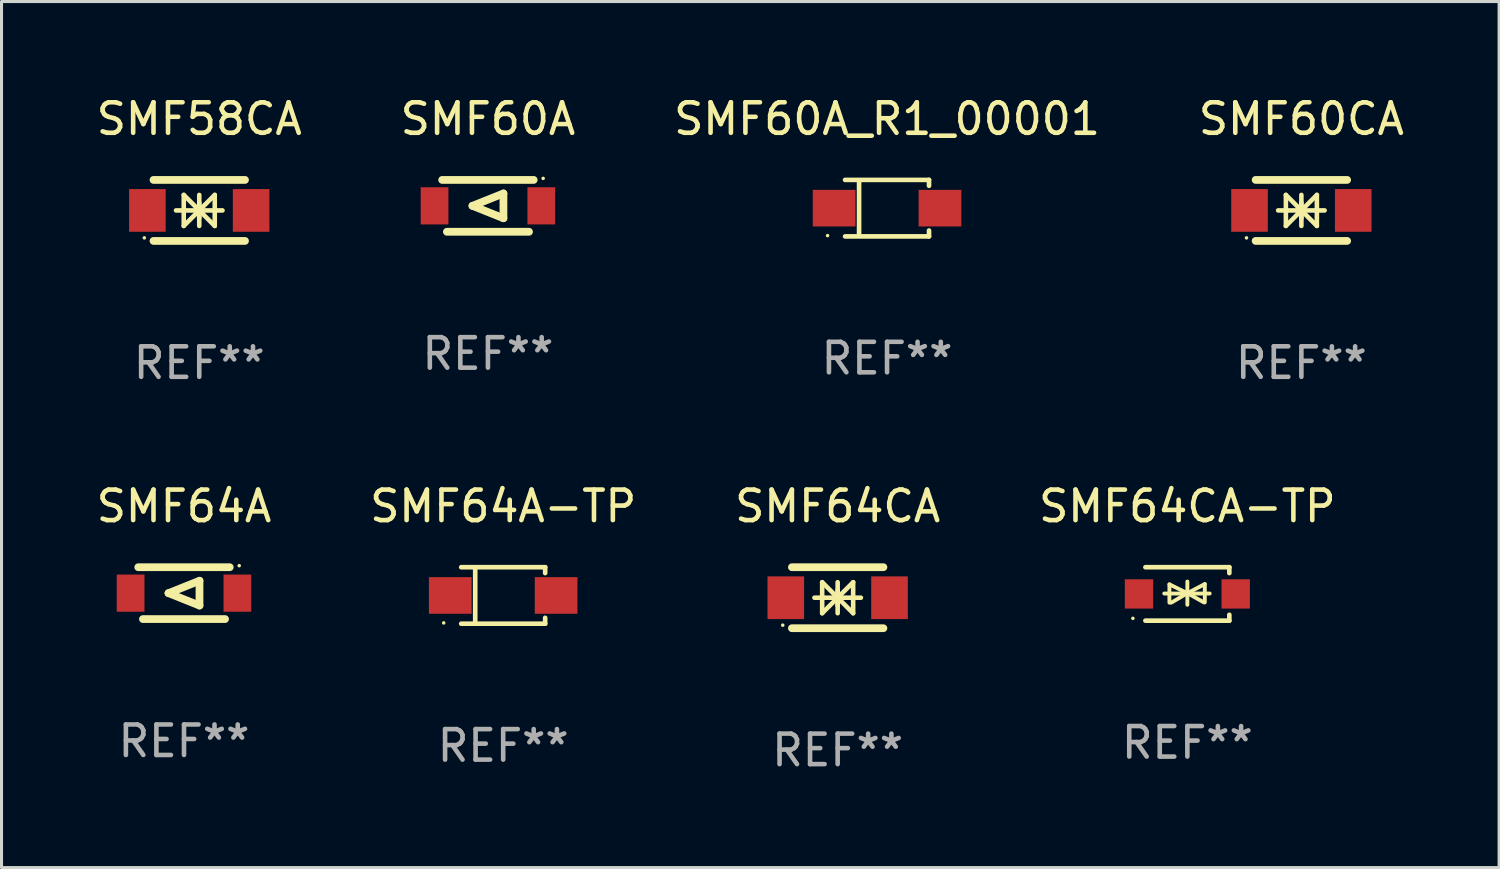
<source format=kicad_pcb>
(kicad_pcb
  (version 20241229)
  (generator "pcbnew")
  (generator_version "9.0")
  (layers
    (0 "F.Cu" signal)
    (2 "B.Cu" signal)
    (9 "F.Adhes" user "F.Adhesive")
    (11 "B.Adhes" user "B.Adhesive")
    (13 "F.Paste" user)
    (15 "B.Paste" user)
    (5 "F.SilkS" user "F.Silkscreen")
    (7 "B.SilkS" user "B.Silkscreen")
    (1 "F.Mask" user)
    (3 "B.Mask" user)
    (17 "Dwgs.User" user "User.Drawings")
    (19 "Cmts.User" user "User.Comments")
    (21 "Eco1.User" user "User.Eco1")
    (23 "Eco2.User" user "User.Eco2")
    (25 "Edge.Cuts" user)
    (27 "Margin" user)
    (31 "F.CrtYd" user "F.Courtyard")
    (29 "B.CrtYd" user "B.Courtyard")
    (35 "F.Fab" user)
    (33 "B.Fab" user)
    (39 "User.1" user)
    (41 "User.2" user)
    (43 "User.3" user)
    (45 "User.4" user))
  (footprint "SMF64A-TP"
    (layer "F.Cu")
    (at 13.446 16.471)
    (property "Reference" "SMF64A-TP" (at 0 -2.926 0) (layer "F.SilkS") (effects (font (size 1 1) (thickness 0.15))))
    (attr through_hole)
    (fp_line (start -1.376 -0.926) (end 1.376 -0.926) (stroke (width 0.152) (type solid)) (layer "F.SilkS"))
    (fp_line (start -1.376 0.926) (end 1.376 0.926) (stroke (width 0.152) (type solid)) (layer "F.SilkS"))
    (fp_line (start -0.917 -0.876) (end -0.917 0.876) (stroke (width 0.152) (type solid)) (layer "F.SilkS"))
    (fp_line (start 1.376 -0.926) (end 1.376 -0.733) (stroke (width 0.152) (type solid)) (layer "F.SilkS"))
    (fp_line (start 1.376 0.926) (end 1.376 0.733) (stroke (width 0.152) (type solid)) (layer "F.SilkS"))
    (fp_circle (center -1.95 0.9) (end -1.92 0.9) (stroke (width 0.06) (type solid)) (fill no) (layer "F.SilkS"))
    (fp_text user "REF**" (at 0 4.926 0) (layer "F.Fab") (effects (font (size 1 1) (thickness 0.15))))
    (pad "1" smd rect (at -1.735 0) (size 1.4 1.2) (layers "F.Cu" "F.Mask" "F.Paste"))
    (pad "2" smd rect (at 1.735 0) (size 1.4 1.2) (layers "F.Cu" "F.Mask" "F.Paste")))
  (footprint "SMF60A"
    (layer "F.Cu")
    (at 12.946 3.698)
    (property "Reference" "SMF60A" (at 0 -2.85 0) (layer "F.SilkS") (effects (font (size 1 1) (thickness 0.15))))
    (attr through_hole)
    (fp_line (start -1.5 -0.85) (end 1.5 -0.85) (stroke (width 0.254) (type solid)) (layer "F.SilkS"))
    (fp_line (start -0.508 0) (end 0.508 -0.406) (stroke (width 0.254) (type solid)) (layer "F.SilkS"))
    (fp_line (start 0.508 -0.406) (end 0.508 0.406) (stroke (width 0.254) (type solid)) (layer "F.SilkS"))
    (fp_line (start 0.508 0.406) (end -0.508 0) (stroke (width 0.254) (type solid)) (layer "F.SilkS"))
    (fp_line (start 1.346 0.85) (end -1.346 0.85) (stroke (width 0.254) (type solid)) (layer "F.SilkS"))
    (fp_circle (center 1.81 -0.9) (end 1.84 -0.9) (stroke (width 0.06) (type solid)) (fill no) (layer "F.SilkS"))
    (fp_text user "REF**" (at 0 4.85 0) (layer "F.Fab") (effects (font (size 1 1) (thickness 0.15))))
    (pad "1" smd rect (at 1.75 0) (size 0.909 1.219) (layers "F.Cu" "F.Mask" "F.Paste"))
    (pad "2" smd rect (at -1.75 0) (size 0.909 1.219) (layers "F.Cu" "F.Mask" "F.Paste")))
  (footprint "SMF60A_R1_00001"
    (layer "F.Cu")
    (at 26.03 3.774)
    (property "Reference" "SMF60A_R1_00001" (at 0 -2.926 0) (layer "F.SilkS") (effects (font (size 1 1) (thickness 0.15))))
    (attr through_hole)
    (fp_line (start -1.376 -0.926) (end 1.376 -0.926) (stroke (width 0.152) (type solid)) (layer "F.SilkS"))
    (fp_line (start -1.376 0.926) (end 1.376 0.926) (stroke (width 0.152) (type solid)) (layer "F.SilkS"))
    (fp_line (start -0.917 -0.876) (end -0.917 0.876) (stroke (width 0.152) (type solid)) (layer "F.SilkS"))
    (fp_line (start 1.376 -0.926) (end 1.376 -0.733) (stroke (width 0.152) (type solid)) (layer "F.SilkS"))
    (fp_line (start 1.376 0.926) (end 1.376 0.733) (stroke (width 0.152) (type solid)) (layer "F.SilkS"))
    (fp_circle (center -1.95 0.9) (end -1.92 0.9) (stroke (width 0.06) (type solid)) (fill no) (layer "F.SilkS"))
    (fp_text user "REF**" (at 0 4.926 0) (layer "F.Fab") (effects (font (size 1 1) (thickness 0.15))))
    (pad "1" smd rect (at -1.735 0) (size 1.4 1.2) (layers "F.Cu" "F.Mask" "F.Paste"))
    (pad "2" smd rect (at 1.735 0) (size 1.4 1.2) (layers "F.Cu" "F.Mask" "F.Paste")))
  (footprint "SMF64A"
    (layer "F.Cu")
    (at 2.982 16.395)
    (property "Reference" "SMF64A" (at 0 -2.85 0) (layer "F.SilkS") (effects (font (size 1 1) (thickness 0.15))))
    (attr through_hole)
    (fp_line (start -1.5 -0.85) (end 1.5 -0.85) (stroke (width 0.254) (type solid)) (layer "F.SilkS"))
    (fp_line (start -0.508 0) (end 0.508 -0.406) (stroke (width 0.254) (type solid)) (layer "F.SilkS"))
    (fp_line (start 0.508 -0.406) (end 0.508 0.406) (stroke (width 0.254) (type solid)) (layer "F.SilkS"))
    (fp_line (start 0.508 0.406) (end -0.508 0) (stroke (width 0.254) (type solid)) (layer "F.SilkS"))
    (fp_line (start 1.346 0.85) (end -1.346 0.85) (stroke (width 0.254) (type solid)) (layer "F.SilkS"))
    (fp_circle (center 1.81 -0.9) (end 1.84 -0.9) (stroke (width 0.06) (type solid)) (fill no) (layer "F.SilkS"))
    (fp_text user "REF**" (at 0 4.85 0) (layer "F.Fab") (effects (font (size 1 1) (thickness 0.15))))
    (pad "1" smd rect (at 1.75 0) (size 0.909 1.219) (layers "F.Cu" "F.Mask" "F.Paste"))
    (pad "2" smd rect (at -1.75 0) (size 0.909 1.219) (layers "F.Cu" "F.Mask" "F.Paste")))
  (footprint "SMF60CA"
    (layer "F.Cu")
    (at 39.613 3.848)
    (property "Reference" "SMF60CA" (at 0 -3 0) (layer "F.SilkS") (effects (font (size 1 1) (thickness 0.15))))
    (attr through_hole)
    (fp_line (start -1.5 -1) (end 1.5 -1) (stroke (width 0.254) (type solid)) (layer "F.SilkS"))
    (fp_line (start -1.5 1) (end 1.5 1) (stroke (width 0.254) (type solid)) (layer "F.SilkS"))
    (fp_line (start -0.762 0) (end 0.762 0) (stroke (width 0.15) (type solid)) (layer "F.SilkS"))
    (fp_line (start -0.508 -0.508) (end -0.508 0.508) (stroke (width 0.15) (type solid)) (layer "F.SilkS"))
    (fp_line (start 0 -0.508) (end 0 0.508) (stroke (width 0.15) (type solid)) (layer "F.SilkS"))
    (fp_line (start 0 0) (end -0.508 -0.508) (stroke (width 0.15) (type solid)) (layer "F.SilkS"))
    (fp_line (start 0 0) (end -0.508 0.508) (stroke (width 0.15) (type solid)) (layer "F.SilkS"))
    (fp_line (start 0 0) (end 0.508 -0.508) (stroke (width 0.15) (type solid)) (layer "F.SilkS"))
    (fp_line (start 0 0) (end 0.508 0.508) (stroke (width 0.15) (type solid)) (layer "F.SilkS"))
    (fp_line (start 0 0.254) (end 0 -0.254) (stroke (width 0.15) (type solid)) (layer "F.SilkS"))
    (fp_line (start 0.508 0.508) (end 0.508 -0.508) (stroke (width 0.15) (type solid)) (layer "F.SilkS"))
    (fp_circle (center -1.8 0.9) (end -1.77 0.9) (stroke (width 0.06) (type solid)) (fill no) (layer "F.SilkS"))
    (fp_text user "REF**" (at 0 5 0) (layer "F.Fab") (effects (font (size 1 1) (thickness 0.15))))
    (pad "1" smd rect (at -1.7 0) (size 1.2 1.4) (layers "F.Cu" "F.Mask" "F.Paste"))
    (pad "2" smd rect (at 1.7 0) (size 1.2 1.4) (layers "F.Cu" "F.Mask" "F.Paste")))
  (footprint "SMF64CA-TP"
    (layer "F.Cu")
    (at 35.875 16.421)
    (property "Reference" "SMF64CA-TP" (at 0 -2.876 0) (layer "F.SilkS") (effects (font (size 1 1) (thickness 0.15))))
    (attr through_hole)
    (fp_line (start -1.376 -0.876) (end 1.376 -0.876) (stroke (width 0.152) (type solid)) (layer "F.SilkS"))
    (fp_line (start -1.376 0.876) (end 1.376 0.876) (stroke (width 0.152) (type solid)) (layer "F.SilkS"))
    (fp_line (start -0.758 -0.014) (end 0.732 -0.014) (stroke (width 0.127) (type solid)) (layer "F.SilkS"))
    (fp_line (start -0.588 -0.314) (end -0.588 0.286) (stroke (width 0.127) (type solid)) (layer "F.SilkS"))
    (fp_line (start -0.588 -0.314) (end -0.000025 -0.025) (stroke (width 0.127) (type solid)) (layer "F.SilkS"))
    (fp_line (start -0.528 0.286) (end -0.000025 -0.025) (stroke (width 0.127) (type solid)) (layer "F.SilkS"))
    (fp_line (start -0.000025 -0.025) (end -0.000025 -0.406) (stroke (width 0.127) (type solid)) (layer "F.SilkS"))
    (fp_line (start -0.000025 -0.025) (end -0.000025 0.356) (stroke (width 0.127) (type solid)) (layer "F.SilkS"))
    (fp_line (start 0.542 0.277) (end -0.000025 -0.025) (stroke (width 0.127) (type solid)) (layer "F.SilkS"))
    (fp_line (start 0.572 -0.324) (end -0.000025 -0.025) (stroke (width 0.127) (type solid)) (layer "F.SilkS"))
    (fp_line (start 0.572 -0.324) (end 0.572 0.277) (stroke (width 0.127) (type solid)) (layer "F.SilkS"))
    (fp_line (start 1.376 -0.876) (end 1.376 -0.683) (stroke (width 0.152) (type solid)) (layer "F.SilkS"))
    (fp_line (start 1.376 0.876) (end 1.376 0.683) (stroke (width 0.152) (type solid)) (layer "F.SilkS"))
    (fp_circle (center -1.785 0.8) (end -1.755 0.8) (stroke (width 0.06) (type solid)) (fill no) (layer "F.SilkS"))
    (fp_text user "REF**" (at 0 4.876 0) (layer "F.Fab") (effects (font (size 1 1) (thickness 0.15))))
    (pad "1" smd rect (at -1.585 0 180) (size 0.93 0.96) (layers "F.Cu" "F.Mask" "F.Paste"))
    (pad "2" smd rect (at 1.585 0 180) (size 0.93 0.96) (layers "F.Cu" "F.Mask" "F.Paste")))
  (footprint "SMF64CA"
    (layer "F.Cu")
    (at 24.411 16.545)
    (property "Reference" "SMF64CA" (at 0 -3 0) (layer "F.SilkS") (effects (font (size 1 1) (thickness 0.15))))
    (attr through_hole)
    (fp_line (start -1.5 -1) (end 1.5 -1) (stroke (width 0.254) (type solid)) (layer "F.SilkS"))
    (fp_line (start -1.5 1) (end 1.5 1) (stroke (width 0.254) (type solid)) (layer "F.SilkS"))
    (fp_line (start -0.762 0) (end 0.762 0) (stroke (width 0.15) (type solid)) (layer "F.SilkS"))
    (fp_line (start -0.508 -0.508) (end -0.508 0.508) (stroke (width 0.15) (type solid)) (layer "F.SilkS"))
    (fp_line (start 0 -0.508) (end 0 0.508) (stroke (width 0.15) (type solid)) (layer "F.SilkS"))
    (fp_line (start 0 0) (end -0.508 -0.508) (stroke (width 0.15) (type solid)) (layer "F.SilkS"))
    (fp_line (start 0 0) (end -0.508 0.508) (stroke (width 0.15) (type solid)) (layer "F.SilkS"))
    (fp_line (start 0 0) (end 0.508 -0.508) (stroke (width 0.15) (type solid)) (layer "F.SilkS"))
    (fp_line (start 0 0) (end 0.508 0.508) (stroke (width 0.15) (type solid)) (layer "F.SilkS"))
    (fp_line (start 0 0.254) (end 0 -0.254) (stroke (width 0.15) (type solid)) (layer "F.SilkS"))
    (fp_line (start 0.508 0.508) (end 0.508 -0.508) (stroke (width 0.15) (type solid)) (layer "F.SilkS"))
    (fp_circle (center -1.8 0.9) (end -1.77 0.9) (stroke (width 0.06) (type solid)) (fill no) (layer "F.SilkS"))
    (fp_text user "REF**" (at 0 5 0) (layer "F.Fab") (effects (font (size 1 1) (thickness 0.15))))
    (pad "1" smd rect (at -1.7 0) (size 1.2 1.4) (layers "F.Cu" "F.Mask" "F.Paste"))
    (pad "2" smd rect (at 1.7 0) (size 1.2 1.4) (layers "F.Cu" "F.Mask" "F.Paste")))
  (footprint "SMF58CA"
    (layer "F.Cu")
    (at 3.482 3.848)
    (property "Reference" "SMF58CA" (at 0 -3 0) (layer "F.SilkS") (effects (font (size 1 1) (thickness 0.15))))
    (attr through_hole)
    (fp_line (start -1.5 -1) (end 1.5 -1) (stroke (width 0.254) (type solid)) (layer "F.SilkS"))
    (fp_line (start -1.5 1) (end 1.5 1) (stroke (width 0.254) (type solid)) (layer "F.SilkS"))
    (fp_line (start -0.762 0) (end 0.762 0) (stroke (width 0.15) (type solid)) (layer "F.SilkS"))
    (fp_line (start -0.508 -0.508) (end -0.508 0.508) (stroke (width 0.15) (type solid)) (layer "F.SilkS"))
    (fp_line (start 0 -0.508) (end 0 0.508) (stroke (width 0.15) (type solid)) (layer "F.SilkS"))
    (fp_line (start 0 0) (end -0.508 -0.508) (stroke (width 0.15) (type solid)) (layer "F.SilkS"))
    (fp_line (start 0 0) (end -0.508 0.508) (stroke (width 0.15) (type solid)) (layer "F.SilkS"))
    (fp_line (start 0 0) (end 0.508 -0.508) (stroke (width 0.15) (type solid)) (layer "F.SilkS"))
    (fp_line (start 0 0) (end 0.508 0.508) (stroke (width 0.15) (type solid)) (layer "F.SilkS"))
    (fp_line (start 0 0.254) (end 0 -0.254) (stroke (width 0.15) (type solid)) (layer "F.SilkS"))
    (fp_line (start 0.508 0.508) (end 0.508 -0.508) (stroke (width 0.15) (type solid)) (layer "F.SilkS"))
    (fp_circle (center -1.8 0.9) (end -1.77 0.9) (stroke (width 0.06) (type solid)) (fill no) (layer "F.SilkS"))
    (fp_text user "REF**" (at 0 5 0) (layer "F.Fab") (effects (font (size 1 1) (thickness 0.15))))
    (pad "1" smd rect (at -1.7 0) (size 1.2 1.4) (layers "F.Cu" "F.Mask" "F.Paste"))
    (pad "2" smd rect (at 1.7 0) (size 1.2 1.4) (layers "F.Cu" "F.Mask" "F.Paste")))
  (gr_rect
    (start -3 -3)
    (end 46.095 25.393)
    (stroke (width 0.1) (type default))
    (fill no)
    (layer "Edge.Cuts")))
</source>
